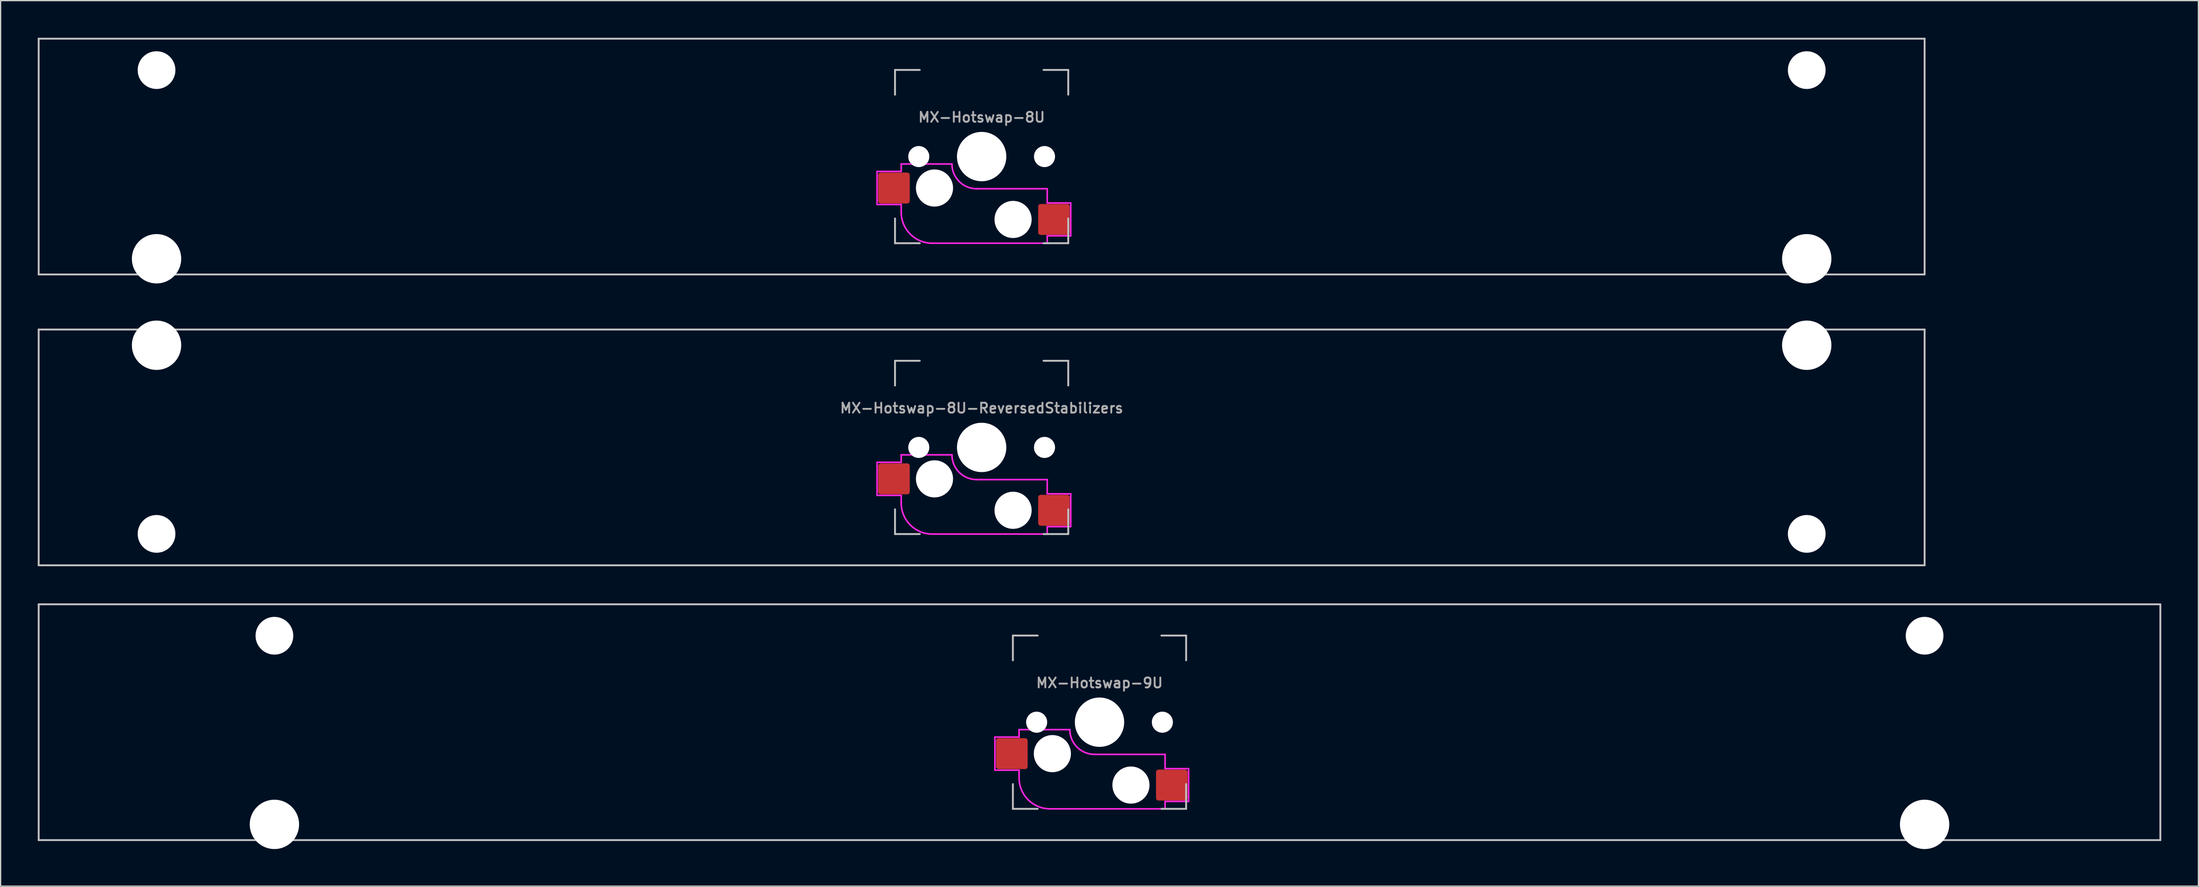
<source format=kicad_pcb>
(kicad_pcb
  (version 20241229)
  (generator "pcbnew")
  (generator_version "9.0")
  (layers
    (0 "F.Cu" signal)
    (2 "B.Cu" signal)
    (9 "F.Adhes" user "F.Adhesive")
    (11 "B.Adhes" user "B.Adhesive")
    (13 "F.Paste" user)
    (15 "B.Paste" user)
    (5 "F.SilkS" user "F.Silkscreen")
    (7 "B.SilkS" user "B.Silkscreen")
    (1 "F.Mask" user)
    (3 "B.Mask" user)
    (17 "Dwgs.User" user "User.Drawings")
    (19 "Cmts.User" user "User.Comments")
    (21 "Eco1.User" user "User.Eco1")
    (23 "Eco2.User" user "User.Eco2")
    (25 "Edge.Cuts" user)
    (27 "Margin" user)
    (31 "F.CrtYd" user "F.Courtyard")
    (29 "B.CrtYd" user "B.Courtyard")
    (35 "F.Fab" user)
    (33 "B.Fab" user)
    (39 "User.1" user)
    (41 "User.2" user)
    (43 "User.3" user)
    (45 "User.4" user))
  (footprint "MX-Hotswap-9U"
    (layer "F.Cu")
    (at 85.8 55.298)
    (property "Reference" "MX-Hotswap-9U" (at 0 -3.175 180) (layer "F.Fab") (effects (font (size 0.8 0.8) (thickness 0.15))))
    (attr smd)
    (fp_line (start -85.725 9.525) (end -85.725 -9.525) (stroke (width 0.15) (type solid)) (layer "Dwgs.User"))
    (fp_line (start -7 -7) (end -7 -5) (stroke (width 0.15) (type solid)) (layer "Dwgs.User"))
    (fp_line (start -7 5) (end -7 7) (stroke (width 0.15) (type solid)) (layer "Dwgs.User"))
    (fp_line (start -7 7) (end -5 7) (stroke (width 0.15) (type solid)) (layer "Dwgs.User"))
    (fp_line (start -5 -7) (end -7 -7) (stroke (width 0.15) (type solid)) (layer "Dwgs.User"))
    (fp_line (start 7 -7) (end 5 -7) (stroke (width 0.15) (type solid)) (layer "Dwgs.User"))
    (fp_line (start 7 -5) (end 7 -7) (stroke (width 0.15) (type solid)) (layer "Dwgs.User"))
    (fp_line (start 7 5) (end 7 7) (stroke (width 0.15) (type solid)) (layer "Dwgs.User"))
    (fp_line (start 7 7) (end 5 7) (stroke (width 0.15) (type solid)) (layer "Dwgs.User"))
    (fp_line (start 85.725 -9.525) (end -85.725 -9.525) (stroke (width 0.15) (type solid)) (layer "Dwgs.User"))
    (fp_line (start 85.725 9.525) (end -85.725 9.525) (stroke (width 0.15) (type solid)) (layer "Dwgs.User"))
    (fp_line (start 85.725 9.525) (end 85.725 -9.525) (stroke (width 0.15) (type solid)) (layer "Dwgs.User"))
    (fp_line (start -8.45 1.2) (end -8.45 3.875) (stroke (width 0.127) (type solid)) (layer "F.CrtYd"))
    (fp_line (start -8.45 3.875) (end -6.5 3.875) (stroke (width 0.127) (type solid)) (layer "F.CrtYd"))
    (fp_line (start -6.5 1.2) (end -8.45 1.2) (stroke (width 0.127) (type solid)) (layer "F.CrtYd"))
    (fp_line (start -6.5 1.2) (end -6.5 0.6) (stroke (width 0.127) (type solid)) (layer "F.CrtYd"))
    (fp_line (start -6.5 3.875) (end -6.5 4.5) (stroke (width 0.127) (type solid)) (layer "F.CrtYd"))
    (fp_line (start -4 7) (end 5.3 7) (stroke (width 0.127) (type solid)) (layer "F.CrtYd"))
    (fp_line (start -2.4 0.6) (end -6.5 0.6) (stroke (width 0.127) (type solid)) (layer "F.CrtYd"))
    (fp_line (start 5.3 2.6) (end -0.4 2.6) (stroke (width 0.127) (type solid)) (layer "F.CrtYd"))
    (fp_line (start 5.3 3.75) (end 5.3 2.6) (stroke (width 0.127) (type solid)) (layer "F.CrtYd"))
    (fp_line (start 5.3 3.75) (end 7.2 3.75) (stroke (width 0.127) (type solid)) (layer "F.CrtYd"))
    (fp_line (start 5.3 6.4) (end 5.3 7) (stroke (width 0.127) (type solid)) (layer "F.CrtYd"))
    (fp_line (start 7.2 3.75) (end 7.2 6.4) (stroke (width 0.127) (type solid)) (layer "F.CrtYd"))
    (fp_line (start 7.2 6.4) (end 5.3 6.4) (stroke (width 0.127) (type solid)) (layer "F.CrtYd"))
    (fp_arc (start -4 7) (mid -5.767767 6.267767) (end -6.5 4.5) (stroke (width 0.127) (type solid)) (layer "F.CrtYd"))
    (fp_arc (start -0.4 2.6) (mid -1.814214 2.014214) (end -2.4 0.6) (stroke (width 0.127) (type solid)) (layer "F.CrtYd"))
    (pad "" np_thru_hole circle (at -66.675 -6.985) (size 3.048 3.048) (drill 3.048) (layers "*.Cu" "*.Mask"))
    (pad "" np_thru_hole circle (at -66.675 8.255) (size 3.988 3.988) (drill 3.988) (layers "*.Cu" "*.Mask"))
    (pad "" np_thru_hole circle (at -5.08 0 131.901) (size 1.702 1.702) (drill 1.702) (layers "*.Cu" "*.Mask"))
    (pad "" np_thru_hole circle (at -3.81 2.54 180) (size 3 3) (drill 3) (layers "*.Cu" "*.Mask"))
    (pad "" np_thru_hole circle (at 0 0 180) (size 3.988 3.988) (drill 3.988) (layers "*.Cu" "*.Mask"))
    (pad "" np_thru_hole circle (at 2.54 5.08 180) (size 3 3) (drill 3) (layers "*.Cu" "*.Mask"))
    (pad "" np_thru_hole circle (at 5.08 0 131.901) (size 1.702 1.702) (drill 1.702) (layers "*.Cu" "*.Mask"))
    (pad "" np_thru_hole circle (at 66.675 -6.985) (size 3.048 3.048) (drill 3.048) (layers "*.Cu" "*.Mask"))
    (pad "" np_thru_hole circle (at 66.675 8.255) (size 3.988 3.988) (drill 3.988) (layers "*.Cu" "*.Mask"))
    (pad "1" smd roundrect (at -7.085 2.54 180) (size 2.55 2.5) (layers "F.Cu" "F.Mask" "F.Paste") (roundrect_rratio 0.08))
    (pad "2" smd roundrect (at 5.842 5.08 180) (size 2.55 2.5) (layers "F.Cu" "F.Mask" "F.Paste") (roundrect_rratio 0.08)))
  (footprint "MX-Hotswap-8U-ReversedStabilizers"
    (layer "F.Cu")
    (at 76.275 33.098)
    (property "Reference" "MX-Hotswap-8U-ReversedStabilizers" (at 0 -3.175 180) (layer "F.Fab") (effects (font (size 0.8 0.8) (thickness 0.15))))
    (attr smd)
    (fp_line (start -76.2 9.525) (end -76.2 -9.525) (stroke (width 0.15) (type solid)) (layer "Dwgs.User"))
    (fp_line (start -7 -7) (end -7 -5) (stroke (width 0.15) (type solid)) (layer "Dwgs.User"))
    (fp_line (start -7 5) (end -7 7) (stroke (width 0.15) (type solid)) (layer "Dwgs.User"))
    (fp_line (start -7 7) (end -5 7) (stroke (width 0.15) (type solid)) (layer "Dwgs.User"))
    (fp_line (start -5 -7) (end -7 -7) (stroke (width 0.15) (type solid)) (layer "Dwgs.User"))
    (fp_line (start 7 -7) (end 5 -7) (stroke (width 0.15) (type solid)) (layer "Dwgs.User"))
    (fp_line (start 7 -5) (end 7 -7) (stroke (width 0.15) (type solid)) (layer "Dwgs.User"))
    (fp_line (start 7 5) (end 7 7) (stroke (width 0.15) (type solid)) (layer "Dwgs.User"))
    (fp_line (start 7 7) (end 5 7) (stroke (width 0.15) (type solid)) (layer "Dwgs.User"))
    (fp_line (start 76.2 -9.525) (end -76.2 -9.525) (stroke (width 0.15) (type solid)) (layer "Dwgs.User"))
    (fp_line (start 76.2 9.525) (end -76.2 9.525) (stroke (width 0.15) (type solid)) (layer "Dwgs.User"))
    (fp_line (start 76.2 9.525) (end 76.2 -9.525) (stroke (width 0.15) (type solid)) (layer "Dwgs.User"))
    (fp_line (start -8.45 1.2) (end -8.45 3.875) (stroke (width 0.127) (type solid)) (layer "F.CrtYd"))
    (fp_line (start -8.45 3.875) (end -6.5 3.875) (stroke (width 0.127) (type solid)) (layer "F.CrtYd"))
    (fp_line (start -6.5 1.2) (end -8.45 1.2) (stroke (width 0.127) (type solid)) (layer "F.CrtYd"))
    (fp_line (start -6.5 1.2) (end -6.5 0.6) (stroke (width 0.127) (type solid)) (layer "F.CrtYd"))
    (fp_line (start -6.5 3.875) (end -6.5 4.5) (stroke (width 0.127) (type solid)) (layer "F.CrtYd"))
    (fp_line (start -4 7) (end 5.3 7) (stroke (width 0.127) (type solid)) (layer "F.CrtYd"))
    (fp_line (start -2.4 0.6) (end -6.5 0.6) (stroke (width 0.127) (type solid)) (layer "F.CrtYd"))
    (fp_line (start 5.3 2.6) (end -0.4 2.6) (stroke (width 0.127) (type solid)) (layer "F.CrtYd"))
    (fp_line (start 5.3 3.75) (end 5.3 2.6) (stroke (width 0.127) (type solid)) (layer "F.CrtYd"))
    (fp_line (start 5.3 3.75) (end 7.2 3.75) (stroke (width 0.127) (type solid)) (layer "F.CrtYd"))
    (fp_line (start 5.3 6.4) (end 5.3 7) (stroke (width 0.127) (type solid)) (layer "F.CrtYd"))
    (fp_line (start 7.2 3.75) (end 7.2 6.4) (stroke (width 0.127) (type solid)) (layer "F.CrtYd"))
    (fp_line (start 7.2 6.4) (end 5.3 6.4) (stroke (width 0.127) (type solid)) (layer "F.CrtYd"))
    (fp_arc (start -4 7) (mid -5.767767 6.267767) (end -6.5 4.5) (stroke (width 0.127) (type solid)) (layer "F.CrtYd"))
    (fp_arc (start -0.4 2.6) (mid -1.814214 2.014214) (end -2.4 0.6) (stroke (width 0.127) (type solid)) (layer "F.CrtYd"))
    (pad "" np_thru_hole circle (at -66.675 -8.255) (size 3.988 3.988) (drill 3.988) (layers "*.Cu" "*.Mask"))
    (pad "" np_thru_hole circle (at -66.675 6.985) (size 3.048 3.048) (drill 3.048) (layers "*.Cu" "*.Mask"))
    (pad "" np_thru_hole circle (at -5.08 0 131.901) (size 1.702 1.702) (drill 1.702) (layers "*.Cu" "*.Mask"))
    (pad "" np_thru_hole circle (at -3.81 2.54 180) (size 3 3) (drill 3) (layers "*.Cu" "*.Mask"))
    (pad "" np_thru_hole circle (at 0 0 180) (size 3.988 3.988) (drill 3.988) (layers "*.Cu" "*.Mask"))
    (pad "" np_thru_hole circle (at 2.54 5.08 180) (size 3 3) (drill 3) (layers "*.Cu" "*.Mask"))
    (pad "" np_thru_hole circle (at 5.08 0 131.901) (size 1.702 1.702) (drill 1.702) (layers "*.Cu" "*.Mask"))
    (pad "" np_thru_hole circle (at 66.675 -8.255) (size 3.988 3.988) (drill 3.988) (layers "*.Cu" "*.Mask"))
    (pad "" np_thru_hole circle (at 66.675 6.985) (size 3.048 3.048) (drill 3.048) (layers "*.Cu" "*.Mask"))
    (pad "1" smd roundrect (at -7.085 2.54 180) (size 2.55 2.5) (layers "F.Cu" "F.Mask" "F.Paste") (roundrect_rratio 0.08))
    (pad "2" smd roundrect (at 5.842 5.08 180) (size 2.55 2.5) (layers "F.Cu" "F.Mask" "F.Paste") (roundrect_rratio 0.08)))
  (footprint "MX-Hotswap-8U"
    (layer "F.Cu")
    (at 76.275 9.6)
    (property "Reference" "MX-Hotswap-8U" (at 0 -3.175 180) (layer "F.Fab") (effects (font (size 0.8 0.8) (thickness 0.15))))
    (attr smd)
    (fp_line (start -76.2 9.525) (end -76.2 -9.525) (stroke (width 0.15) (type solid)) (layer "Dwgs.User"))
    (fp_line (start -7 -7) (end -7 -5) (stroke (width 0.15) (type solid)) (layer "Dwgs.User"))
    (fp_line (start -7 5) (end -7 7) (stroke (width 0.15) (type solid)) (layer "Dwgs.User"))
    (fp_line (start -7 7) (end -5 7) (stroke (width 0.15) (type solid)) (layer "Dwgs.User"))
    (fp_line (start -5 -7) (end -7 -7) (stroke (width 0.15) (type solid)) (layer "Dwgs.User"))
    (fp_line (start 7 -7) (end 5 -7) (stroke (width 0.15) (type solid)) (layer "Dwgs.User"))
    (fp_line (start 7 -5) (end 7 -7) (stroke (width 0.15) (type solid)) (layer "Dwgs.User"))
    (fp_line (start 7 5) (end 7 7) (stroke (width 0.15) (type solid)) (layer "Dwgs.User"))
    (fp_line (start 7 7) (end 5 7) (stroke (width 0.15) (type solid)) (layer "Dwgs.User"))
    (fp_line (start 76.2 -9.525) (end -76.2 -9.525) (stroke (width 0.15) (type solid)) (layer "Dwgs.User"))
    (fp_line (start 76.2 9.525) (end -76.2 9.525) (stroke (width 0.15) (type solid)) (layer "Dwgs.User"))
    (fp_line (start 76.2 9.525) (end 76.2 -9.525) (stroke (width 0.15) (type solid)) (layer "Dwgs.User"))
    (fp_line (start -8.45 1.2) (end -8.45 3.875) (stroke (width 0.127) (type solid)) (layer "F.CrtYd"))
    (fp_line (start -8.45 3.875) (end -6.5 3.875) (stroke (width 0.127) (type solid)) (layer "F.CrtYd"))
    (fp_line (start -6.5 1.2) (end -8.45 1.2) (stroke (width 0.127) (type solid)) (layer "F.CrtYd"))
    (fp_line (start -6.5 1.2) (end -6.5 0.6) (stroke (width 0.127) (type solid)) (layer "F.CrtYd"))
    (fp_line (start -6.5 3.875) (end -6.5 4.5) (stroke (width 0.127) (type solid)) (layer "F.CrtYd"))
    (fp_line (start -4 7) (end 5.3 7) (stroke (width 0.127) (type solid)) (layer "F.CrtYd"))
    (fp_line (start -2.4 0.6) (end -6.5 0.6) (stroke (width 0.127) (type solid)) (layer "F.CrtYd"))
    (fp_line (start 5.3 2.6) (end -0.4 2.6) (stroke (width 0.127) (type solid)) (layer "F.CrtYd"))
    (fp_line (start 5.3 3.75) (end 5.3 2.6) (stroke (width 0.127) (type solid)) (layer "F.CrtYd"))
    (fp_line (start 5.3 3.75) (end 7.2 3.75) (stroke (width 0.127) (type solid)) (layer "F.CrtYd"))
    (fp_line (start 5.3 6.4) (end 5.3 7) (stroke (width 0.127) (type solid)) (layer "F.CrtYd"))
    (fp_line (start 7.2 3.75) (end 7.2 6.4) (stroke (width 0.127) (type solid)) (layer "F.CrtYd"))
    (fp_line (start 7.2 6.4) (end 5.3 6.4) (stroke (width 0.127) (type solid)) (layer "F.CrtYd"))
    (fp_arc (start -4 7) (mid -5.767767 6.267767) (end -6.5 4.5) (stroke (width 0.127) (type solid)) (layer "F.CrtYd"))
    (fp_arc (start -0.4 2.6) (mid -1.814214 2.014214) (end -2.4 0.6) (stroke (width 0.127) (type solid)) (layer "F.CrtYd"))
    (pad "" np_thru_hole circle (at -66.675 -6.985) (size 3.048 3.048) (drill 3.048) (layers "*.Cu" "*.Mask"))
    (pad "" np_thru_hole circle (at -66.675 8.255) (size 3.988 3.988) (drill 3.988) (layers "*.Cu" "*.Mask"))
    (pad "" np_thru_hole circle (at -5.08 0 131.901) (size 1.702 1.702) (drill 1.702) (layers "*.Cu" "*.Mask"))
    (pad "" np_thru_hole circle (at -3.81 2.54 180) (size 3 3) (drill 3) (layers "*.Cu" "*.Mask"))
    (pad "" np_thru_hole circle (at 0 0 180) (size 3.988 3.988) (drill 3.988) (layers "*.Cu" "*.Mask"))
    (pad "" np_thru_hole circle (at 2.54 5.08 180) (size 3 3) (drill 3) (layers "*.Cu" "*.Mask"))
    (pad "" np_thru_hole circle (at 5.08 0 131.901) (size 1.702 1.702) (drill 1.702) (layers "*.Cu" "*.Mask"))
    (pad "" np_thru_hole circle (at 66.675 -6.985) (size 3.048 3.048) (drill 3.048) (layers "*.Cu" "*.Mask"))
    (pad "" np_thru_hole circle (at 66.675 8.255) (size 3.988 3.988) (drill 3.988) (layers "*.Cu" "*.Mask"))
    (pad "1" smd roundrect (at -7.085 2.54 180) (size 2.55 2.5) (layers "F.Cu" "F.Mask" "F.Paste") (roundrect_rratio 0.08))
    (pad "2" smd roundrect (at 5.842 5.08 180) (size 2.55 2.5) (layers "F.Cu" "F.Mask" "F.Paste") (roundrect_rratio 0.08)))
  (gr_rect
    (start -3 -3)
    (end 174.6 68.547)
    (stroke (width 0.1) (type default))
    (fill no)
    (layer "Edge.Cuts")))
</source>
